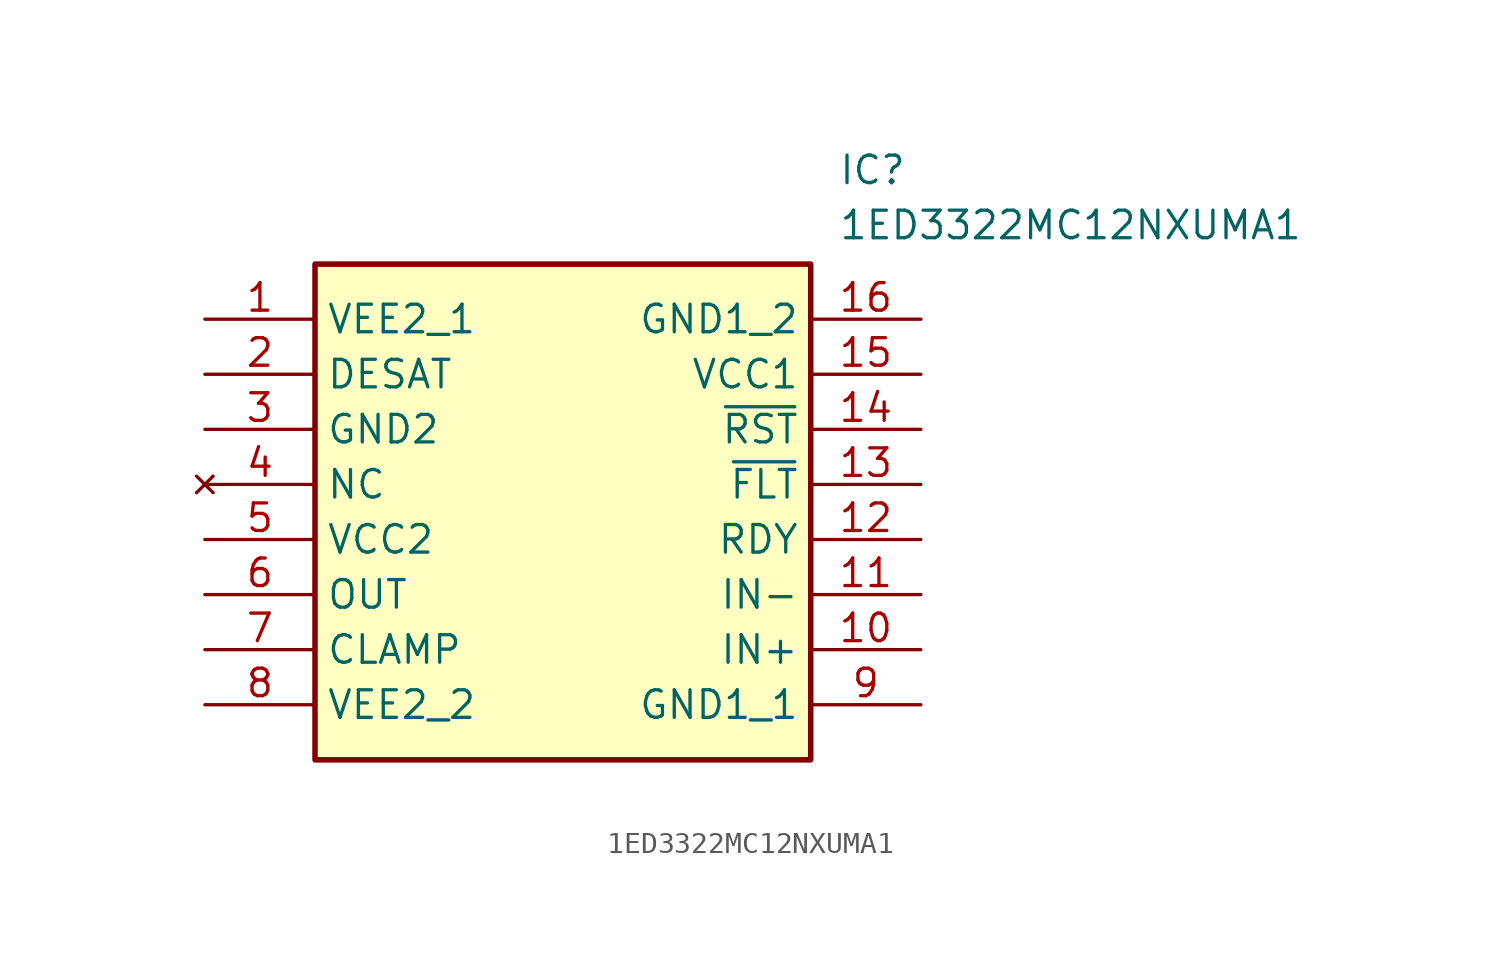
<source format=kicad_sym>
(kicad_symbol_lib
  (version 20211014)
  (generator SamacSys_ECAD_Model)
  (symbol "1ED3322MC12NXUMA1"
    (property "Reference" "IC"
      (at 29.21 7.62 0)
      (effects (font (size 1.27 1.27)) (justify left top)))
    (property "Value" "1ED3322MC12NXUMA1"
      (at 29.21 5.08 0)
      (effects (font (size 1.27 1.27)) (justify left top)))
    (rectangle
      (start 5.08 2.54)
      (end 27.94 -20.32)
      (stroke (width 0.254) (type default))
      (fill (type background)))
    (pin passive line
      (at 0 0 0)
      (length 5.08)
      (name "VEE2_1" (effects (font (size 1.27 1.27))))
      (number "1" (effects (font (size 1.27 1.27)))))
    (pin passive line
      (at 0 -2.54 0)
      (length 5.08)
      (name "DESAT" (effects (font (size 1.27 1.27))))
      (number "2" (effects (font (size 1.27 1.27)))))
    (pin passive line
      (at 0 -5.08 0)
      (length 5.08)
      (name "GND2" (effects (font (size 1.27 1.27))))
      (number "3" (effects (font (size 1.27 1.27)))))
    (pin no_connect line
      (at 0 -7.62 0)
      (length 5.08)
      (name "NC" (effects (font (size 1.27 1.27))))
      (number "4" (effects (font (size 1.27 1.27)))))
    (pin passive line
      (at 0 -10.16 0)
      (length 5.08)
      (name "VCC2" (effects (font (size 1.27 1.27))))
      (number "5" (effects (font (size 1.27 1.27)))))
    (pin passive line
      (at 0 -12.7 0)
      (length 5.08)
      (name "OUT" (effects (font (size 1.27 1.27))))
      (number "6" (effects (font (size 1.27 1.27)))))
    (pin passive line
      (at 0 -15.24 0)
      (length 5.08)
      (name "CLAMP" (effects (font (size 1.27 1.27))))
      (number "7" (effects (font (size 1.27 1.27)))))
    (pin passive line
      (at 0 -17.78 0)
      (length 5.08)
      (name "VEE2_2" (effects (font (size 1.27 1.27))))
      (number "8" (effects (font (size 1.27 1.27)))))
    (pin passive line
      (at 33.02 0 180)
      (length 5.08)
      (name "GND1_2" (effects (font (size 1.27 1.27))))
      (number "16" (effects (font (size 1.27 1.27)))))
    (pin passive line
      (at 33.02 -2.54 180)
      (length 5.08)
      (name "VCC1" (effects (font (size 1.27 1.27))))
      (number "15" (effects (font (size 1.27 1.27)))))
    (pin passive line
      (at 33.02 -5.08 180)
      (length 5.08)
      (name "~{RST}" (effects (font (size 1.27 1.27))))
      (number "14" (effects (font (size 1.27 1.27)))))
    (pin passive line
      (at 33.02 -7.62 180)
      (length 5.08)
      (name "~{FLT}" (effects (font (size 1.27 1.27))))
      (number "13" (effects (font (size 1.27 1.27)))))
    (pin passive line
      (at 33.02 -10.16 180)
      (length 5.08)
      (name "RDY" (effects (font (size 1.27 1.27))))
      (number "12" (effects (font (size 1.27 1.27)))))
    (pin passive line
      (at 33.02 -12.7 180)
      (length 5.08)
      (name "IN-" (effects (font (size 1.27 1.27))))
      (number "11" (effects (font (size 1.27 1.27)))))
    (pin passive line
      (at 33.02 -15.24 180)
      (length 5.08)
      (name "IN+" (effects (font (size 1.27 1.27))))
      (number "10" (effects (font (size 1.27 1.27)))))
    (pin passive line
      (at 33.02 -17.78 180)
      (length 5.08)
      (name "GND1_1" (effects (font (size 1.27 1.27))))
      (number "9" (effects (font (size 1.27 1.27)))))))
</source>
